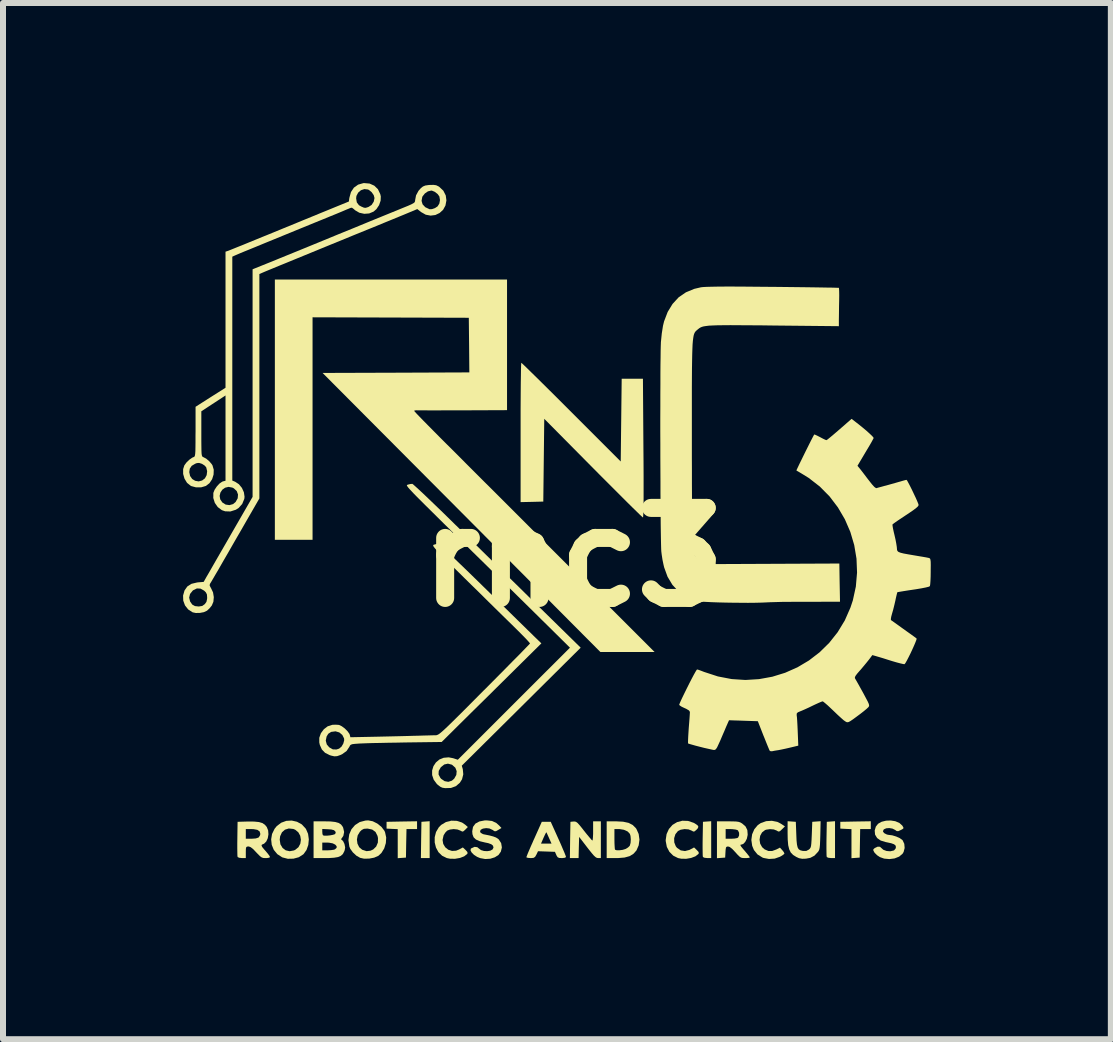
<source format=kicad_pcb>
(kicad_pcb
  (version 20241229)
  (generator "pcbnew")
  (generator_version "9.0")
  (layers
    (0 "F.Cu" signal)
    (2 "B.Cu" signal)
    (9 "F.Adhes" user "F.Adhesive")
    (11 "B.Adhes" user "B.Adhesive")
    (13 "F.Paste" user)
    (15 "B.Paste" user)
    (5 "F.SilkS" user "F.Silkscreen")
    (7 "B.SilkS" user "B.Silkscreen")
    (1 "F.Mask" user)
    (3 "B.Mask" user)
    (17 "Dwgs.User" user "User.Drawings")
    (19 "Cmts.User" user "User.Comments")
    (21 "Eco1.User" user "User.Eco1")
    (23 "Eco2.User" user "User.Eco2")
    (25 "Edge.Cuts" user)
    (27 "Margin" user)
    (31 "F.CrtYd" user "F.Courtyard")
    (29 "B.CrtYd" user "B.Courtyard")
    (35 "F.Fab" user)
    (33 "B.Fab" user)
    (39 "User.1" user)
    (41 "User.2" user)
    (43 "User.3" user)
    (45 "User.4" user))
  (footprint "rnc3"
    (layer "F.Cu")
    (at 6.509 6.233)
    (property "Reference" "rnc3" (at 0 0 0) (layer "F.SilkS") (effects (font (size 1.5 1.5) (thickness 0.3))))
    (attr board_only exclude_from_pos_files exclude_from_bom)
    (fp_poly (pts (xy -2.401 4.705) (xy -2.401 5.012) (xy -2.474 5.012) (xy -2.547 5.012) (xy -2.543 4.71) (xy -2.538 4.408) (xy -2.47 4.403) (xy -2.401 4.398)) (stroke (width 0) (type solid)) (fill yes) (layer "F.SilkS"))
    (fp_poly (pts (xy 2.289 4.705) (xy 2.289 5.012) (xy 2.224 5.012) (xy 2.178 5.007) (xy 2.152 4.995) (xy 2.151 4.992) (xy 2.148 4.969) (xy 2.147 4.921) (xy 2.146 4.851) (xy 2.146 4.766) (xy 2.147 4.689) (xy 2.152 4.408) (xy 2.22 4.403) (xy 2.289 4.398)) (stroke (width 0) (type solid)) (fill yes) (layer "F.SilkS"))
    (fp_poly (pts (xy 4.352 4.705) (xy 4.352 5.012) (xy 4.287 5.012) (xy 4.241 5.007) (xy 4.215 4.995) (xy 4.214 4.992) (xy 4.211 4.969) (xy 4.21 4.921) (xy 4.209 4.851) (xy 4.209 4.766) (xy 4.21 4.689) (xy 4.215 4.408) (xy 4.283 4.403) (xy 4.352 4.398)) (stroke (width 0) (type solid)) (fill yes) (layer "F.SilkS"))
    (fp_poly (pts (xy -2.611 4.464) (xy -2.611 4.529) (xy -2.699 4.529) (xy -2.787 4.529) (xy -2.792 4.767) (xy -2.796 5.004) (xy -2.865 5.009) (xy -2.933 5.014) (xy -2.933 4.772) (xy -2.933 4.53) (xy -3.026 4.526) (xy -3.119 4.521) (xy -3.119 4.464) (xy -3.119 4.408) (xy -2.865 4.403) (xy -2.611 4.399)) (stroke (width 0) (type solid)) (fill yes) (layer "F.SilkS"))
    (fp_poly (pts (xy 4.948 4.464) (xy 4.948 4.529) (xy 4.86 4.529) (xy 4.771 4.529) (xy 4.767 4.767) (xy 4.763 5.004) (xy 4.694 5.009) (xy 4.626 5.014) (xy 4.626 4.772) (xy 4.626 4.53) (xy 4.533 4.526) (xy 4.44 4.521) (xy 4.44 4.464) (xy 4.44 4.408) (xy 4.694 4.403) (xy 4.948 4.399)) (stroke (width 0) (type solid)) (fill yes) (layer "F.SilkS"))
    (fp_poly (pts (xy 0.451 4.706) (xy 0.451 5.012) (xy 0.406 5.012) (xy 0.385 5.009) (xy 0.362 4.996) (xy 0.334 4.97) (xy 0.297 4.927) (xy 0.246 4.863) (xy 0.225 4.836) (xy 0.089 4.659) (xy 0.084 4.836) (xy 0.08 5.012) (xy 0.007 5.012) (xy -0.065 5.012) (xy -0.061 4.71) (xy -0.056 4.408) (xy -0.005 4.403) (xy 0.018 4.403) (xy 0.038 4.409) (xy 0.062 4.426) (xy 0.092 4.459) (xy 0.134 4.51) (xy 0.172 4.559) (xy 0.221 4.62) (xy 0.263 4.67) (xy 0.294 4.706) (xy 0.31 4.721) (xy 0.31 4.721) (xy 0.315 4.707) (xy 0.319 4.667) (xy 0.322 4.608) (xy 0.322 4.561) (xy 0.322 4.4) (xy 0.387 4.4) (xy 0.451 4.4)) (stroke (width 0) (type solid)) (fill yes) (layer "F.SilkS"))
    (fp_poly (pts (xy 4.107 4.631) (xy 4.104 4.725) (xy 4.101 4.793) (xy 4.096 4.839) (xy 4.089 4.872) (xy 4.078 4.895) (xy 4.068 4.909) (xy 4.009 4.972) (xy 3.941 5.008) (xy 3.867 5.022) (xy 3.804 5.024) (xy 3.752 5.014) (xy 3.707 4.993) (xy 3.654 4.96) (xy 3.615 4.92) (xy 3.589 4.867) (xy 3.572 4.798) (xy 3.564 4.705) (xy 3.562 4.605) (xy 3.562 4.398) (xy 3.63 4.403) (xy 3.699 4.408) (xy 3.707 4.621) (xy 3.711 4.718) (xy 3.718 4.787) (xy 3.729 4.834) (xy 3.746 4.864) (xy 3.771 4.881) (xy 3.806 4.891) (xy 3.821 4.893) (xy 3.874 4.893) (xy 3.917 4.87) (xy 3.933 4.855) (xy 3.944 4.838) (xy 3.952 4.812) (xy 3.957 4.771) (xy 3.961 4.71) (xy 3.965 4.623) (xy 3.973 4.408) (xy 4.042 4.403) (xy 4.112 4.398)) (stroke (width 0) (type solid)) (fill yes) (layer "F.SilkS"))
    (fp_poly (pts (xy -1.948 4.392) (xy -1.862 4.42) (xy -1.809 4.456) (xy -1.765 4.495) (xy -1.807 4.538) (xy -1.837 4.565) (xy -1.857 4.571) (xy -1.882 4.559) (xy -1.888 4.555) (xy -1.937 4.536) (xy -2.001 4.529) (xy -2.064 4.537) (xy -2.109 4.555) (xy -2.141 4.588) (xy -2.169 4.633) (xy -2.17 4.637) (xy -2.186 4.71) (xy -2.175 4.776) (xy -2.142 4.832) (xy -2.091 4.873) (xy -2.029 4.893) (xy -1.96 4.889) (xy -1.911 4.869) (xy -1.848 4.835) (xy -1.802 4.878) (xy -1.774 4.909) (xy -1.769 4.93) (xy -1.777 4.945) (xy -1.826 4.983) (xy -1.896 5.01) (xy -1.978 5.024) (xy -2.06 5.023) (xy -2.115 5.012) (xy -2.194 4.973) (xy -2.255 4.913) (xy -2.296 4.837) (xy -2.317 4.752) (xy -2.317 4.664) (xy -2.295 4.578) (xy -2.249 4.5) (xy -2.21 4.46) (xy -2.13 4.412) (xy -2.04 4.389)) (stroke (width 0) (type solid)) (fill yes) (layer "F.SilkS"))
    (fp_poly (pts (xy 0.821 4.406) (xy 0.911 4.425) (xy 0.98 4.46) (xy 1.032 4.511) (xy 1.043 4.526) (xy 1.081 4.611) (xy 1.094 4.705) (xy 1.081 4.8) (xy 1.044 4.885) (xy 1.043 4.886) (xy 0.994 4.941) (xy 0.93 4.98) (xy 0.846 5.003) (xy 0.738 5.012) (xy 0.706 5.012) (xy 0.548 5.012) (xy 0.548 4.706) (xy 0.548 4.695) (xy 0.677 4.695) (xy 0.678 4.766) (xy 0.681 4.824) (xy 0.684 4.862) (xy 0.688 4.873) (xy 0.715 4.882) (xy 0.762 4.882) (xy 0.815 4.875) (xy 0.861 4.861) (xy 0.903 4.836) (xy 0.932 4.808) (xy 0.933 4.805) (xy 0.946 4.76) (xy 0.95 4.7) (xy 0.945 4.643) (xy 0.934 4.608) (xy 0.897 4.569) (xy 0.836 4.541) (xy 0.763 4.529) (xy 0.75 4.529) (xy 0.677 4.529) (xy 0.677 4.695) (xy 0.548 4.695) (xy 0.548 4.4) (xy 0.706 4.4)) (stroke (width 0) (type solid)) (fill yes) (layer "F.SilkS"))
    (fp_poly (pts (xy 1.902 4.393) (xy 1.998 4.425) (xy 2.018 4.436) (xy 2.061 4.465) (xy 2.076 4.491) (xy 2.063 4.52) (xy 2.04 4.544) (xy 2.011 4.568) (xy 1.99 4.57) (xy 1.964 4.555) (xy 1.911 4.534) (xy 1.845 4.529) (xy 1.78 4.54) (xy 1.735 4.562) (xy 1.693 4.614) (xy 1.672 4.681) (xy 1.674 4.751) (xy 1.699 4.815) (xy 1.72 4.842) (xy 1.782 4.884) (xy 1.853 4.895) (xy 1.927 4.876) (xy 1.94 4.869) (xy 2.004 4.835) (xy 2.049 4.878) (xy 2.078 4.909) (xy 2.083 4.93) (xy 2.075 4.945) (xy 2.026 4.983) (xy 1.955 5.01) (xy 1.874 5.024) (xy 1.792 5.023) (xy 1.737 5.012) (xy 1.657 4.972) (xy 1.593 4.908) (xy 1.55 4.826) (xy 1.532 4.731) (xy 1.531 4.713) (xy 1.546 4.612) (xy 1.585 4.527) (xy 1.645 4.459) (xy 1.721 4.413) (xy 1.808 4.39)) (stroke (width 0) (type solid)) (fill yes) (layer "F.SilkS"))
    (fp_poly (pts (xy 3.391 4.409) (xy 3.448 4.438) (xy 3.518 4.484) (xy 3.469 4.532) (xy 3.437 4.562) (xy 3.416 4.571) (xy 3.394 4.563) (xy 3.383 4.555) (xy 3.332 4.535) (xy 3.268 4.53) (xy 3.205 4.539) (xy 3.186 4.546) (xy 3.136 4.585) (xy 3.105 4.641) (xy 3.095 4.706) (xy 3.105 4.772) (xy 3.137 4.83) (xy 3.179 4.867) (xy 3.242 4.894) (xy 3.305 4.894) (xy 3.374 4.869) (xy 3.434 4.838) (xy 3.474 4.881) (xy 3.499 4.913) (xy 3.509 4.936) (xy 3.508 4.939) (xy 3.492 4.955) (xy 3.457 4.978) (xy 3.433 4.991) (xy 3.347 5.021) (xy 3.252 5.027) (xy 3.161 5.01) (xy 3.143 5.003) (xy 3.06 4.951) (xy 3.001 4.878) (xy 2.972 4.808) (xy 2.958 4.71) (xy 2.971 4.616) (xy 3.008 4.531) (xy 3.066 4.462) (xy 3.115 4.429) (xy 3.205 4.397) (xy 3.3 4.391)) (stroke (width 0) (type solid)) (fill yes) (layer "F.SilkS"))
    (fp_poly (pts (xy -4.611 4.407) (xy -4.531 4.451) (xy -4.468 4.519) (xy -4.462 4.527) (xy -4.427 4.608) (xy -4.414 4.7) (xy -4.423 4.793) (xy -4.453 4.878) (xy -4.502 4.946) (xy -4.508 4.951) (xy -4.581 4.998) (xy -4.67 5.022) (xy -4.764 5.024) (xy -4.854 5.001) (xy -4.86 4.998) (xy -4.94 4.946) (xy -4.998 4.875) (xy -5.032 4.792) (xy -5.041 4.706) (xy -4.899 4.706) (xy -4.887 4.784) (xy -4.851 4.844) (xy -4.799 4.883) (xy -4.734 4.898) (xy -4.663 4.885) (xy -4.641 4.875) (xy -4.587 4.831) (xy -4.556 4.773) (xy -4.546 4.707) (xy -4.557 4.641) (xy -4.589 4.583) (xy -4.641 4.54) (xy -4.672 4.527) (xy -4.748 4.519) (xy -4.812 4.539) (xy -4.862 4.583) (xy -4.892 4.648) (xy -4.899 4.706) (xy -5.041 4.706) (xy -5.042 4.702) (xy -5.027 4.611) (xy -4.985 4.525) (xy -4.948 4.479) (xy -4.874 4.423) (xy -4.789 4.392) (xy -4.699 4.387)) (stroke (width 0) (type solid)) (fill yes) (layer "F.SilkS"))
    (fp_poly (pts (xy -0.257 4.69) (xy -0.217 4.779) (xy -0.183 4.859) (xy -0.155 4.924) (xy -0.137 4.97) (xy -0.13 4.992) (xy -0.129 4.992) (xy -0.144 5.006) (xy -0.188 5.012) (xy -0.199 5.012) (xy -0.244 5.01) (xy -0.27 4.997) (xy -0.288 4.968) (xy -0.291 4.96) (xy -0.314 4.908) (xy -0.455 4.903) (xy -0.596 4.898) (xy -0.623 4.955) (xy -0.644 4.991) (xy -0.668 5.008) (xy -0.708 5.012) (xy -0.72 5.012) (xy -0.762 5.009) (xy -0.787 5.001) (xy -0.79 4.997) (xy -0.783 4.978) (xy -0.766 4.934) (xy -0.739 4.871) (xy -0.705 4.792) (xy -0.695 4.771) (xy -0.546 4.771) (xy -0.458 4.771) (xy -0.371 4.771) (xy -0.412 4.679) (xy -0.434 4.63) (xy -0.45 4.595) (xy -0.457 4.582) (xy -0.465 4.593) (xy -0.482 4.626) (xy -0.504 4.674) (xy -0.546 4.771) (xy -0.695 4.771) (xy -0.666 4.704) (xy -0.661 4.694) (xy -0.533 4.408) (xy -0.458 4.408) (xy -0.384 4.408)) (stroke (width 0) (type solid)) (fill yes) (layer "F.SilkS"))
    (fp_poly (pts (xy -3.349 4.399) (xy -3.273 4.437) (xy -3.205 4.492) (xy -3.155 4.557) (xy -3.144 4.582) (xy -3.125 4.67) (xy -3.131 4.762) (xy -3.158 4.851) (xy -3.204 4.926) (xy -3.256 4.975) (xy -3.325 5.005) (xy -3.409 5.021) (xy -3.495 5.022) (xy -3.559 5.008) (xy -3.622 4.972) (xy -3.68 4.918) (xy -3.724 4.857) (xy -3.739 4.821) (xy -3.754 4.715) (xy -3.753 4.703) (xy -3.613 4.703) (xy -3.604 4.772) (xy -3.575 4.831) (xy -3.525 4.873) (xy -3.523 4.874) (xy -3.452 4.897) (xy -3.386 4.889) (xy -3.341 4.868) (xy -3.292 4.82) (xy -3.264 4.754) (xy -3.262 4.679) (xy -3.27 4.642) (xy -3.303 4.577) (xy -3.358 4.537) (xy -3.433 4.521) (xy -3.446 4.521) (xy -3.497 4.525) (xy -3.533 4.544) (xy -3.563 4.573) (xy -3.6 4.634) (xy -3.613 4.703) (xy -3.753 4.703) (xy -3.741 4.617) (xy -3.704 4.532) (xy -3.644 4.462) (xy -3.566 4.412) (xy -3.471 4.387) (xy -3.425 4.384)) (stroke (width 0) (type solid)) (fill yes) (layer "F.SilkS"))
    (fp_poly (pts (xy -0.861 -3.228) (xy -0.827 -3.196) (xy -0.774 -3.145) (xy -0.704 -3.076) (xy -0.618 -2.992) (xy -0.518 -2.893) (xy -0.407 -2.783) (xy -0.286 -2.663) (xy -0.157 -2.534) (xy -0.04 -2.417) (xy 0.782 -1.595) (xy 0.79 -2.284) (xy 0.798 -2.974) (xy 0.975 -2.974) (xy 1.152 -2.974) (xy 1.16 -1.817) (xy 1.162 -1.563) (xy 1.163 -1.341) (xy 1.163 -1.149) (xy 1.163 -0.989) (xy 1.162 -0.861) (xy 1.16 -0.764) (xy 1.157 -0.699) (xy 1.154 -0.666) (xy 1.152 -0.662) (xy 1.139 -0.673) (xy 1.104 -0.705) (xy 1.051 -0.757) (xy 0.98 -0.826) (xy 0.894 -0.911) (xy 0.795 -1.01) (xy 0.684 -1.121) (xy 0.563 -1.242) (xy 0.434 -1.371) (xy 0.322 -1.484) (xy -0.492 -2.306) (xy -0.5 -1.616) (xy -0.508 -0.927) (xy -0.697 -0.922) (xy -0.886 -0.918) (xy -0.886 -2.079) (xy -0.886 -2.269) (xy -0.886 -2.449) (xy -0.885 -2.618) (xy -0.884 -2.771) (xy -0.883 -2.907) (xy -0.881 -3.024) (xy -0.88 -3.117) (xy -0.878 -3.186) (xy -0.876 -3.228) (xy -0.874 -3.239)) (stroke (width 0) (type solid)) (fill yes) (layer "F.SilkS"))
    (fp_poly (pts (xy -1.112 -3.538) (xy -1.112 -2.45) (xy -1.849 -2.447) (xy -2.002 -2.447) (xy -2.145 -2.447) (xy -2.276 -2.446) (xy -2.391 -2.446) (xy -2.486 -2.447) (xy -2.559 -2.447) (xy -2.606 -2.447) (xy -2.623 -2.448) (xy -2.651 -2.445) (xy -2.659 -2.438) (xy -2.648 -2.424) (xy -2.617 -2.39) (xy -2.567 -2.338) (xy -2.502 -2.271) (xy -2.423 -2.191) (xy -2.333 -2.1) (xy -2.235 -2.001) (xy -2.188 -1.954) (xy -2.117 -1.883) (xy -2.025 -1.792) (xy -1.914 -1.681) (xy -1.787 -1.553) (xy -1.644 -1.41) (xy -1.488 -1.254) (xy -1.32 -1.087) (xy -1.143 -0.91) (xy -0.959 -0.726) (xy -0.769 -0.536) (xy -0.576 -0.342) (xy -0.38 -0.147) (xy -0.185 0.048) (xy 1.346 1.579) (xy 0.894 1.579) (xy 0.443 1.579) (xy -1.871 -0.746) (xy -4.185 -3.07) (xy -2.963 -3.074) (xy -1.74 -3.079) (xy -1.744 -3.534) (xy -1.749 -3.989) (xy -3.05 -3.993) (xy -4.352 -3.997) (xy -4.352 -2.144) (xy -4.352 -0.29) (xy -4.666 -0.29) (xy -4.98 -0.29) (xy -4.98 -2.458) (xy -4.98 -4.626) (xy -3.046 -4.626) (xy -1.112 -4.626)) (stroke (width 0) (type solid)) (fill yes) (layer "F.SilkS"))
    (fp_poly (pts (xy -1.362 4.394) (xy -1.29 4.428) (xy -1.243 4.47) (xy -1.205 4.511) (xy -1.258 4.543) (xy -1.293 4.563) (xy -1.316 4.566) (xy -1.339 4.553) (xy -1.351 4.544) (xy -1.405 4.519) (xy -1.459 4.513) (xy -1.514 4.521) (xy -1.55 4.54) (xy -1.562 4.566) (xy -1.551 4.592) (xy -1.513 4.613) (xy -1.496 4.617) (xy -1.406 4.635) (xy -1.342 4.652) (xy -1.297 4.669) (xy -1.266 4.688) (xy -1.25 4.701) (xy -1.21 4.763) (xy -1.198 4.835) (xy -1.215 4.905) (xy -1.254 4.96) (xy -1.315 4.999) (xy -1.391 5.023) (xy -1.475 5.028) (xy -1.559 5.013) (xy -1.61 4.992) (xy -1.663 4.958) (xy -1.701 4.92) (xy -1.72 4.885) (xy -1.716 4.857) (xy -1.708 4.85) (xy -1.652 4.825) (xy -1.607 4.831) (xy -1.583 4.851) (xy -1.546 4.879) (xy -1.496 4.894) (xy -1.441 4.897) (xy -1.391 4.889) (xy -1.354 4.869) (xy -1.338 4.839) (xy -1.338 4.836) (xy -1.346 4.805) (xy -1.374 4.782) (xy -1.426 4.763) (xy -1.476 4.753) (xy -1.567 4.731) (xy -1.63 4.703) (xy -1.669 4.666) (xy -1.688 4.615) (xy -1.692 4.566) (xy -1.679 4.493) (xy -1.639 4.438) (xy -1.573 4.402) (xy -1.485 4.385) (xy -1.45 4.384)) (stroke (width 0) (type solid)) (fill yes) (layer "F.SilkS"))
    (fp_poly (pts (xy 2.65 4.401) (xy 2.707 4.403) (xy 2.747 4.409) (xy 2.776 4.419) (xy 2.803 4.435) (xy 2.806 4.437) (xy 2.862 4.486) (xy 2.891 4.545) (xy 2.897 4.62) (xy 2.896 4.63) (xy 2.883 4.69) (xy 2.856 4.742) (xy 2.823 4.777) (xy 2.793 4.787) (xy 2.778 4.789) (xy 2.776 4.799) (xy 2.789 4.822) (xy 2.82 4.86) (xy 2.853 4.898) (xy 2.891 4.944) (xy 2.92 4.98) (xy 2.933 5) (xy 2.933 5.001) (xy 2.919 5.008) (xy 2.882 5.012) (xy 2.855 5.012) (xy 2.815 5.011) (xy 2.785 5.004) (xy 2.758 4.985) (xy 2.724 4.951) (xy 2.693 4.916) (xy 2.639 4.859) (xy 2.598 4.827) (xy 2.57 4.819) (xy 2.549 4.822) (xy 2.536 4.835) (xy 2.53 4.867) (xy 2.527 4.912) (xy 2.522 5.004) (xy 2.454 5.009) (xy 2.385 5.014) (xy 2.385 4.707) (xy 2.385 4.609) (xy 2.53 4.609) (xy 2.53 4.69) (xy 2.624 4.69) (xy 2.678 4.687) (xy 2.72 4.679) (xy 2.737 4.671) (xy 2.754 4.635) (xy 2.754 4.591) (xy 2.737 4.555) (xy 2.725 4.545) (xy 2.691 4.536) (xy 2.639 4.53) (xy 2.612 4.529) (xy 2.53 4.529) (xy 2.53 4.609) (xy 2.385 4.609) (xy 2.385 4.4) (xy 2.568 4.4)) (stroke (width 0) (type solid)) (fill yes) (layer "F.SilkS"))
    (fp_poly (pts (xy -4.052 4.402) (xy -3.973 4.411) (xy -3.917 4.427) (xy -3.878 4.452) (xy -3.851 4.488) (xy -3.842 4.506) (xy -3.826 4.578) (xy -3.839 4.642) (xy -3.862 4.676) (xy -3.877 4.697) (xy -3.868 4.708) (xy -3.862 4.711) (xy -3.842 4.732) (xy -3.823 4.771) (xy -3.819 4.783) (xy -3.809 4.834) (xy -3.816 4.879) (xy -3.826 4.905) (xy -3.848 4.946) (xy -3.881 4.975) (xy -3.927 4.995) (xy -3.993 5.006) (xy -4.083 5.012) (xy -4.15 5.012) (xy -4.335 5.012) (xy -4.335 4.819) (xy -4.19 4.819) (xy -4.19 4.883) (xy -4.101 4.883) (xy -4.045 4.88) (xy -3.998 4.873) (xy -3.98 4.867) (xy -3.951 4.841) (xy -3.951 4.814) (xy -3.974 4.788) (xy -4.016 4.767) (xy -4.075 4.756) (xy -4.105 4.754) (xy -4.19 4.754) (xy -4.19 4.819) (xy -4.335 4.819) (xy -4.335 4.706) (xy -4.335 4.574) (xy -4.19 4.574) (xy -4.187 4.612) (xy -4.178 4.633) (xy -4.155 4.639) (xy -4.112 4.639) (xy -4.061 4.634) (xy -4.013 4.625) (xy -3.98 4.614) (xy -3.975 4.61) (xy -3.966 4.585) (xy -3.975 4.565) (xy -3.997 4.547) (xy -4.039 4.536) (xy -4.091 4.532) (xy -4.19 4.527) (xy -4.19 4.574) (xy -4.335 4.574) (xy -4.335 4.4) (xy -4.158 4.4)) (stroke (width 0) (type solid)) (fill yes) (layer "F.SilkS"))
    (fp_poly (pts (xy -5.323 4.404) (xy -5.245 4.412) (xy -5.187 4.429) (xy -5.145 4.458) (xy -5.115 4.494) (xy -5.092 4.551) (xy -5.087 4.616) (xy -5.098 4.681) (xy -5.123 4.736) (xy -5.16 4.773) (xy -5.175 4.779) (xy -5.197 4.789) (xy -5.202 4.804) (xy -5.19 4.829) (xy -5.158 4.868) (xy -5.133 4.896) (xy -5.096 4.94) (xy -5.07 4.975) (xy -5.061 4.995) (xy -5.075 5.006) (xy -5.113 5.012) (xy -5.132 5.012) (xy -5.169 5.011) (xy -5.198 5.002) (xy -5.227 4.981) (xy -5.264 4.944) (xy -5.291 4.916) (xy -5.342 4.862) (xy -5.382 4.831) (xy -5.413 4.819) (xy -5.421 4.819) (xy -5.444 4.821) (xy -5.457 4.831) (xy -5.463 4.858) (xy -5.464 4.908) (xy -5.464 4.916) (xy -5.464 5.012) (xy -5.529 5.012) (xy -5.574 5.007) (xy -5.6 4.995) (xy -5.601 4.992) (xy -5.604 4.969) (xy -5.605 4.921) (xy -5.606 4.851) (xy -5.606 4.766) (xy -5.605 4.689) (xy -5.604 4.609) (xy -5.464 4.609) (xy -5.464 4.69) (xy -5.368 4.69) (xy -5.298 4.685) (xy -5.255 4.671) (xy -5.247 4.665) (xy -5.226 4.631) (xy -5.222 4.609) (xy -5.234 4.568) (xy -5.271 4.542) (xy -5.335 4.53) (xy -5.368 4.529) (xy -5.464 4.529) (xy -5.464 4.609) (xy -5.604 4.609) (xy -5.601 4.408) (xy -5.427 4.403)) (stroke (width 0) (type solid)) (fill yes) (layer "F.SilkS"))
    (fp_poly (pts (xy 5.356 4.398) (xy 5.423 4.426) (xy 5.472 4.47) (xy 5.475 4.475) (xy 5.491 4.502) (xy 5.491 4.518) (xy 5.471 4.533) (xy 5.439 4.549) (xy 5.404 4.564) (xy 5.379 4.562) (xy 5.353 4.543) (xy 5.309 4.521) (xy 5.256 4.512) (xy 5.205 4.516) (xy 5.167 4.533) (xy 5.158 4.544) (xy 5.151 4.571) (xy 5.169 4.594) (xy 5.177 4.6) (xy 5.217 4.62) (xy 5.247 4.626) (xy 5.305 4.633) (xy 5.371 4.653) (xy 5.431 4.68) (xy 5.473 4.71) (xy 5.479 4.717) (xy 5.506 4.775) (xy 5.512 4.844) (xy 5.495 4.91) (xy 5.477 4.94) (xy 5.42 4.988) (xy 5.344 5.018) (xy 5.258 5.029) (xy 5.17 5.021) (xy 5.1 4.996) (xy 5.053 4.965) (xy 5.015 4.927) (xy 5.007 4.917) (xy 4.99 4.884) (xy 4.991 4.865) (xy 5.012 4.847) (xy 5.016 4.844) (xy 5.063 4.822) (xy 5.101 4.824) (xy 5.12 4.841) (xy 5.157 4.874) (xy 5.211 4.894) (xy 5.273 4.899) (xy 5.329 4.886) (xy 5.336 4.883) (xy 5.361 4.854) (xy 5.367 4.828) (xy 5.36 4.802) (xy 5.335 4.782) (xy 5.288 4.765) (xy 5.214 4.749) (xy 5.198 4.746) (xy 5.113 4.72) (xy 5.053 4.678) (xy 5.019 4.621) (xy 5.013 4.553) (xy 5.032 4.488) (xy 5.07 4.44) (xy 5.129 4.407) (xy 5.202 4.389) (xy 5.28 4.386)) (stroke (width 0) (type solid)) (fill yes) (layer "F.SilkS"))
    (fp_poly (pts (xy -2.673 -1.21) (xy -2.636 -1.177) (xy -2.58 -1.126) (xy -2.507 -1.058) (xy -2.42 -0.975) (xy -2.32 -0.879) (xy -2.209 -0.772) (xy -2.09 -0.656) (xy -1.965 -0.533) (xy -1.955 -0.524) (xy -1.801 -0.372) (xy -1.63 -0.205) (xy -1.449 -0.027) (xy -1.262 0.156) (xy -1.076 0.339) (xy -0.896 0.515) (xy -0.728 0.681) (xy -0.577 0.829) (xy -0.567 0.838) (xy 0.115 1.507) (xy -0.875 2.49) (xy -1.866 3.473) (xy -1.849 3.531) (xy -1.841 3.617) (xy -1.862 3.7) (xy -1.898 3.757) (xy -1.964 3.814) (xy -2.046 3.844) (xy -2.143 3.847) (xy -2.189 3.84) (xy -2.222 3.825) (xy -2.263 3.794) (xy -2.281 3.778) (xy -2.334 3.706) (xy -2.36 3.629) (xy -2.36 3.619) (xy -2.253 3.619) (xy -2.223 3.676) (xy -2.209 3.692) (xy -2.151 3.731) (xy -2.09 3.742) (xy -2.031 3.723) (xy -1.992 3.689) (xy -1.957 3.627) (xy -1.951 3.564) (xy -1.973 3.507) (xy -2.023 3.462) (xy -2.032 3.456) (xy -2.097 3.439) (xy -2.158 3.453) (xy -2.214 3.498) (xy -2.216 3.5) (xy -2.25 3.56) (xy -2.253 3.619) (xy -2.36 3.619) (xy -2.36 3.553) (xy -2.338 3.481) (xy -2.297 3.419) (xy -2.239 3.37) (xy -2.167 3.341) (xy -2.084 3.334) (xy -2.011 3.348) (xy -1.932 3.374) (xy -0.998 2.44) (xy -0.064 1.507) (xy -0.439 1.136) (xy -0.543 1.034) (xy -0.663 0.915) (xy -0.795 0.785) (xy -0.932 0.65) (xy -1.068 0.516) (xy -1.197 0.39) (xy -1.274 0.314) (xy -1.493 0.099) (xy -1.69 -0.094) (xy -1.866 -0.268) (xy -2.023 -0.422) (xy -2.162 -0.558) (xy -2.282 -0.677) (xy -2.387 -0.781) (xy -2.476 -0.869) (xy -2.552 -0.945) (xy -2.614 -1.007) (xy -2.665 -1.059) (xy -2.704 -1.101) (xy -2.734 -1.133) (xy -2.756 -1.158) (xy -2.77 -1.177) (xy -2.778 -1.189) (xy -2.781 -1.197) (xy -2.779 -1.203) (xy -2.775 -1.205) (xy -2.769 -1.207) (xy -2.762 -1.21) (xy -2.762 -1.21) (xy -2.72 -1.22) (xy -2.689 -1.222)) (stroke (width 0) (type solid)) (fill yes) (layer "F.SilkS"))
    (fp_poly (pts (xy 2.848 -4.508) (xy 3.056 -4.506) (xy 3.295 -4.504) (xy 3.32 -4.504) (xy 3.504 -4.502) (xy 3.679 -4.5) (xy 3.842 -4.498) (xy 3.989 -4.496) (xy 4.119 -4.494) (xy 4.229 -4.492) (xy 4.316 -4.491) (xy 4.378 -4.489) (xy 4.411 -4.488) (xy 4.416 -4.488) (xy 4.419 -4.471) (xy 4.421 -4.428) (xy 4.422 -4.365) (xy 4.421 -4.289) (xy 4.421 -4.276) (xy 4.419 -4.185) (xy 4.418 -4.094) (xy 4.417 -4.014) (xy 4.416 -3.959) (xy 4.416 -3.849) (xy 3.332 -3.86) (xy 3.109 -3.863) (xy 2.916 -3.864) (xy 2.751 -3.865) (xy 2.61 -3.866) (xy 2.493 -3.865) (xy 2.396 -3.864) (xy 2.317 -3.861) (xy 2.254 -3.858) (xy 2.205 -3.852) (xy 2.166 -3.846) (xy 2.136 -3.838) (xy 2.112 -3.828) (xy 2.092 -3.816) (xy 2.074 -3.802) (xy 2.064 -3.794) (xy 2.049 -3.781) (xy 2.035 -3.769) (xy 2.024 -3.756) (xy 2.013 -3.739) (xy 2.004 -3.718) (xy 1.996 -3.689) (xy 1.99 -3.652) (xy 1.984 -3.605) (xy 1.979 -3.545) (xy 1.976 -3.471) (xy 1.973 -3.381) (xy 1.971 -3.273) (xy 1.969 -3.146) (xy 1.968 -2.997) (xy 1.967 -2.825) (xy 1.967 -2.628) (xy 1.967 -2.404) (xy 1.967 -2.152) (xy 1.967 -1.895) (xy 1.967 -1.663) (xy 1.968 -1.439) (xy 1.968 -1.225) (xy 1.969 -1.024) (xy 1.97 -0.837) (xy 1.971 -0.668) (xy 1.973 -0.518) (xy 1.974 -0.389) (xy 1.976 -0.284) (xy 1.977 -0.205) (xy 1.979 -0.154) (xy 1.98 -0.135) (xy 2.012 -0.039) (xy 2.065 0.033) (xy 2.128 0.078) (xy 2.2 0.115) (xy 3.312 0.11) (xy 4.424 0.105) (xy 4.429 0.423) (xy 4.435 0.741) (xy 4.139 0.742) (xy 4.019 0.743) (xy 3.886 0.743) (xy 3.754 0.743) (xy 3.634 0.743) (xy 3.586 0.744) (xy 3.481 0.744) (xy 3.37 0.747) (xy 3.266 0.75) (xy 3.179 0.754) (xy 3.159 0.755) (xy 3.097 0.757) (xy 3.009 0.759) (xy 2.901 0.76) (xy 2.78 0.759) (xy 2.652 0.758) (xy 2.53 0.756) (xy 2.409 0.753) (xy 2.297 0.749) (xy 2.198 0.744) (xy 2.116 0.74) (xy 2.057 0.735) (xy 2.025 0.73) (xy 2.023 0.729) (xy 1.873 0.662) (xy 1.746 0.572) (xy 1.643 0.46) (xy 1.562 0.325) (xy 1.505 0.168) (xy 1.494 0.121) (xy 1.478 0.044) (xy 1.465 -0.04) (xy 1.458 -0.097) (xy 1.456 -0.134) (xy 1.454 -0.201) (xy 1.452 -0.295) (xy 1.45 -0.412) (xy 1.448 -0.551) (xy 1.447 -0.709) (xy 1.446 -0.882) (xy 1.444 -1.069) (xy 1.444 -1.265) (xy 1.443 -1.47) (xy 1.442 -1.679) (xy 1.442 -1.89) (xy 1.441 -2.101) (xy 1.441 -2.308) (xy 1.442 -2.509) (xy 1.442 -2.702) (xy 1.443 -2.882) (xy 1.443 -3.049) (xy 1.444 -3.198) (xy 1.446 -3.328) (xy 1.447 -3.435) (xy 1.449 -3.517) (xy 1.451 -3.571) (xy 1.451 -3.58) (xy 1.466 -3.728) (xy 1.486 -3.855) (xy 1.504 -3.929) (xy 1.564 -4.086) (xy 1.645 -4.219) (xy 1.746 -4.329) (xy 1.868 -4.413) (xy 2.008 -4.471) (xy 2.119 -4.497) (xy 2.156 -4.501) (xy 2.212 -4.504) (xy 2.29 -4.506) (xy 2.391 -4.508) (xy 2.517 -4.509) (xy 2.669 -4.509)) (stroke (width 0) (type solid)) (fill yes) (layer "F.SilkS"))
    (fp_poly (pts (xy -2.238 -0.21) (xy -2.201 -0.178) (xy -2.145 -0.127) (xy -2.072 -0.058) (xy -1.985 0.025) (xy -1.885 0.121) (xy -1.774 0.228) (xy -1.655 0.344) (xy -1.529 0.467) (xy -1.512 0.484) (xy -1.381 0.612) (xy -1.254 0.736) (xy -1.133 0.855) (xy -1.021 0.965) (xy -0.919 1.065) (xy -0.83 1.152) (xy -0.757 1.224) (xy -0.702 1.277) (xy -0.669 1.31) (xy -0.54 1.435) (xy -1.297 2.184) (xy -1.429 2.315) (xy -1.556 2.44) (xy -1.676 2.558) (xy -1.786 2.667) (xy -1.885 2.765) (xy -1.97 2.849) (xy -2.039 2.918) (xy -2.091 2.969) (xy -2.122 3) (xy -2.128 3.006) (xy -2.201 3.078) (xy -2.813 3.086) (xy -2.957 3.089) (xy -3.098 3.091) (xy -3.23 3.094) (xy -3.348 3.096) (xy -3.448 3.099) (xy -3.524 3.102) (xy -3.573 3.104) (xy -3.642 3.109) (xy -3.687 3.114) (xy -3.713 3.123) (xy -3.728 3.136) (xy -3.738 3.157) (xy -3.739 3.159) (xy -3.785 3.228) (xy -3.858 3.281) (xy -3.888 3.295) (xy -3.942 3.314) (xy -3.989 3.317) (xy -4.042 3.305) (xy -4.067 3.297) (xy -4.144 3.258) (xy -4.197 3.203) (xy -4.231 3.127) (xy -4.24 3.086) (xy -4.24 3.056) (xy -4.132 3.056) (xy -4.115 3.119) (xy -4.074 3.167) (xy -4.015 3.201) (xy -3.953 3.203) (xy -3.91 3.189) (xy -3.87 3.156) (xy -3.84 3.105) (xy -3.825 3.05) (xy -3.827 3.019) (xy -3.856 2.961) (xy -3.906 2.919) (xy -3.967 2.901) (xy -3.973 2.901) (xy -4.042 2.91) (xy -4.09 2.941) (xy -4.118 2.987) (xy -4.132 3.056) (xy -4.24 3.056) (xy -4.24 3.008) (xy -4.213 2.932) (xy -4.164 2.866) (xy -4.1 2.817) (xy -4.025 2.793) (xy -4.023 2.792) (xy -3.968 2.79) (xy -3.92 2.793) (xy -3.909 2.795) (xy -3.865 2.816) (xy -3.815 2.853) (xy -3.77 2.898) (xy -3.739 2.941) (xy -3.732 2.958) (xy -3.722 2.999) (xy -3.275 2.99) (xy -3.143 2.987) (xy -3.009 2.984) (xy -2.879 2.981) (xy -2.76 2.978) (xy -2.661 2.975) (xy -2.603 2.974) (xy -2.514 2.971) (xy -2.431 2.969) (xy -2.362 2.967) (xy -2.316 2.966) (xy -2.31 2.966) (xy -2.296 2.966) (xy -2.283 2.964) (xy -2.268 2.958) (xy -2.249 2.948) (xy -2.226 2.931) (xy -2.196 2.906) (xy -2.157 2.871) (xy -2.108 2.825) (xy -2.046 2.765) (xy -1.971 2.691) (xy -1.88 2.601) (xy -1.772 2.493) (xy -1.645 2.365) (xy -1.497 2.216) (xy -1.488 2.208) (xy -1.359 2.078) (xy -1.237 1.955) (xy -1.123 1.84) (xy -1.021 1.736) (xy -0.93 1.645) (xy -0.854 1.567) (xy -0.795 1.506) (xy -0.753 1.463) (xy -0.732 1.44) (xy -0.729 1.437) (xy -0.739 1.423) (xy -0.769 1.389) (xy -0.816 1.339) (xy -0.878 1.276) (xy -0.951 1.203) (xy -1.033 1.122) (xy -1.035 1.12) (xy -1.117 1.04) (xy -1.217 0.942) (xy -1.331 0.83) (xy -1.454 0.709) (xy -1.581 0.583) (xy -1.709 0.458) (xy -1.832 0.337) (xy -1.858 0.311) (xy -1.98 0.191) (xy -2.08 0.092) (xy -2.161 0.011) (xy -2.225 -0.053) (xy -2.273 -0.103) (xy -2.306 -0.14) (xy -2.328 -0.167) (xy -2.34 -0.185) (xy -2.343 -0.197) (xy -2.339 -0.204) (xy -2.331 -0.209) (xy -2.326 -0.21) (xy -2.284 -0.221) (xy -2.254 -0.222)) (stroke (width 0) (type solid)) (fill yes) (layer "F.SilkS"))
    (fp_poly (pts (xy -2.293 -6.197) (xy -2.257 -6.18) (xy -2.241 -6.17) (xy -2.173 -6.106) (xy -2.133 -6.027) (xy -2.122 -5.945) (xy -2.138 -5.859) (xy -2.177 -5.788) (xy -2.235 -5.735) (xy -2.306 -5.701) (xy -2.385 -5.691) (xy -2.466 -5.706) (xy -2.542 -5.749) (xy -2.545 -5.751) (xy -2.607 -5.8) (xy -2.774 -5.73) (xy -2.834 -5.705) (xy -2.917 -5.671) (xy -3.019 -5.629) (xy -3.134 -5.582) (xy -3.255 -5.532) (xy -3.377 -5.482) (xy -3.385 -5.479) (xy -3.536 -5.418) (xy -3.695 -5.353) (xy -3.86 -5.285) (xy -4.027 -5.217) (xy -4.193 -5.149) (xy -4.356 -5.082) (xy -4.512 -5.018) (xy -4.658 -4.958) (xy -4.792 -4.903) (xy -4.91 -4.855) (xy -5.009 -4.814) (xy -5.087 -4.782) (xy -5.14 -4.76) (xy -5.161 -4.751) (xy -5.238 -4.718) (xy -5.238 -2.849) (xy -5.238 -0.979) (xy -5.467 -0.582) (xy -5.538 -0.458) (xy -5.616 -0.324) (xy -5.694 -0.188) (xy -5.769 -0.057) (xy -5.836 0.058) (xy -5.872 0.121) (xy -5.924 0.212) (xy -5.972 0.293) (xy -6.012 0.362) (xy -6.042 0.413) (xy -6.06 0.442) (xy -6.063 0.447) (xy -6.066 0.473) (xy -6.044 0.515) (xy -6.042 0.518) (xy -6.01 0.586) (xy -5.997 0.665) (xy -6.004 0.742) (xy -6.03 0.804) (xy -6.066 0.849) (xy -6.106 0.887) (xy -6.111 0.891) (xy -6.162 0.915) (xy -6.23 0.928) (xy -6.298 0.929) (xy -6.35 0.918) (xy -6.424 0.87) (xy -6.477 0.803) (xy -6.506 0.724) (xy -6.508 0.673) (xy -6.408 0.673) (xy -6.392 0.737) (xy -6.391 0.739) (xy -6.356 0.789) (xy -6.311 0.814) (xy -6.249 0.821) (xy -6.19 0.812) (xy -6.148 0.782) (xy -6.12 0.744) (xy -6.109 0.694) (xy -6.108 0.671) (xy -6.112 0.62) (xy -6.129 0.586) (xy -6.158 0.557) (xy -6.219 0.523) (xy -6.279 0.52) (xy -6.34 0.55) (xy -6.348 0.556) (xy -6.393 0.612) (xy -6.408 0.673) (xy -6.508 0.673) (xy -6.509 0.638) (xy -6.485 0.554) (xy -6.438 0.487) (xy -6.369 0.443) (xy -6.277 0.421) (xy -6.262 0.419) (xy -6.166 0.411) (xy -6.116 0.322) (xy -6.097 0.29) (xy -6.064 0.233) (xy -6.019 0.154) (xy -5.964 0.058) (xy -5.9 -0.053) (xy -5.83 -0.174) (xy -5.755 -0.304) (xy -5.708 -0.386) (xy -5.351 -1.005) (xy -5.351 -2.901) (xy -5.351 -4.797) (xy -5.105 -4.896) (xy -5.025 -4.928) (xy -4.923 -4.97) (xy -4.803 -5.019) (xy -4.673 -5.072) (xy -4.538 -5.127) (xy -4.406 -5.181) (xy -4.384 -5.19) (xy -4.16 -5.282) (xy -3.915 -5.383) (xy -3.659 -5.487) (xy -3.402 -5.593) (xy -3.152 -5.695) (xy -2.919 -5.79) (xy -2.841 -5.822) (xy -2.76 -5.855) (xy -2.706 -5.879) (xy -2.671 -5.898) (xy -2.652 -5.913) (xy -2.645 -5.93) (xy -2.644 -5.937) (xy -2.536 -5.937) (xy -2.519 -5.879) (xy -2.474 -5.831) (xy -2.404 -5.798) (xy -2.401 -5.797) (xy -2.362 -5.799) (xy -2.313 -5.816) (xy -2.269 -5.845) (xy -2.24 -5.891) (xy -2.229 -5.95) (xy -2.239 -6.008) (xy -2.239 -6.01) (xy -2.269 -6.051) (xy -2.315 -6.087) (xy -2.363 -6.107) (xy -2.376 -6.108) (xy -2.43 -6.095) (xy -2.481 -6.06) (xy -2.519 -6.012) (xy -2.524 -6.002) (xy -2.536 -5.937) (xy -2.644 -5.937) (xy -2.643 -5.949) (xy -2.643 -5.949) (xy -2.628 -6.028) (xy -2.587 -6.104) (xy -2.548 -6.148) (xy -2.513 -6.176) (xy -2.475 -6.192) (xy -2.422 -6.2) (xy -2.397 -6.202) (xy -2.336 -6.203)) (stroke (width 0) (type solid)) (fill yes) (layer "F.SilkS"))
    (fp_poly (pts (xy -3.402 -6.225) (xy -3.324 -6.19) (xy -3.263 -6.131) (xy -3.224 -6.049) (xy -3.215 -6.011) (xy -3.218 -5.94) (xy -3.244 -5.865) (xy -3.288 -5.799) (xy -3.335 -5.758) (xy -3.409 -5.727) (xy -3.491 -5.721) (xy -3.573 -5.739) (xy -3.643 -5.78) (xy -3.665 -5.8) (xy -3.696 -5.823) (xy -3.721 -5.819) (xy -3.741 -5.81) (xy -3.788 -5.791) (xy -3.858 -5.761) (xy -3.947 -5.724) (xy -4.053 -5.681) (xy -4.172 -5.632) (xy -4.3 -5.58) (xy -4.327 -5.569) (xy -4.574 -5.468) (xy -4.791 -5.379) (xy -4.981 -5.301) (xy -5.145 -5.234) (xy -5.283 -5.177) (xy -5.398 -5.13) (xy -5.489 -5.093) (xy -5.559 -5.064) (xy -5.608 -5.043) (xy -5.638 -5.03) (xy -5.645 -5.027) (xy -5.689 -5.007) (xy -5.689 -3.142) (xy -5.689 -1.277) (xy -5.641 -1.257) (xy -5.579 -1.216) (xy -5.529 -1.155) (xy -5.496 -1.082) (xy -5.485 -1.007) (xy -5.489 -0.972) (xy -5.524 -0.887) (xy -5.583 -0.821) (xy -5.63 -0.791) (xy -5.721 -0.762) (xy -5.808 -0.765) (xy -5.863 -0.784) (xy -5.931 -0.835) (xy -5.98 -0.905) (xy -6.006 -0.987) (xy -6.005 -1.022) (xy -5.9 -1.022) (xy -5.89 -0.964) (xy -5.856 -0.913) (xy -5.8 -0.877) (xy -5.737 -0.868) (xy -5.676 -0.885) (xy -5.634 -0.92) (xy -5.599 -0.982) (xy -5.594 -1.045) (xy -5.615 -1.102) (xy -5.663 -1.147) (xy -5.688 -1.16) (xy -5.752 -1.172) (xy -5.809 -1.158) (xy -5.855 -1.125) (xy -5.887 -1.077) (xy -5.9 -1.022) (xy -6.005 -1.022) (xy -6.005 -1.071) (xy -5.984 -1.124) (xy -5.947 -1.179) (xy -5.902 -1.228) (xy -5.856 -1.259) (xy -5.842 -1.264) (xy -5.802 -1.274) (xy -5.802 -1.985) (xy -5.802 -2.695) (xy -5.838 -2.671) (xy -5.866 -2.653) (xy -5.913 -2.622) (xy -5.974 -2.582) (xy -6.04 -2.539) (xy -6.205 -2.431) (xy -6.205 -2.055) (xy -6.205 -1.935) (xy -6.204 -1.844) (xy -6.203 -1.777) (xy -6.201 -1.73) (xy -6.197 -1.7) (xy -6.191 -1.682) (xy -6.183 -1.673) (xy -6.173 -1.668) (xy -6.173 -1.668) (xy -6.125 -1.643) (xy -6.074 -1.6) (xy -6.032 -1.551) (xy -6.019 -1.53) (xy -5.998 -1.457) (xy -6.001 -1.377) (xy -6.025 -1.3) (xy -6.069 -1.234) (xy -6.128 -1.188) (xy -6.13 -1.187) (xy -6.209 -1.164) (xy -6.294 -1.164) (xy -6.372 -1.185) (xy -6.382 -1.19) (xy -6.443 -1.239) (xy -6.485 -1.308) (xy -6.508 -1.387) (xy -6.508 -1.418) (xy -6.406 -1.418) (xy -6.392 -1.353) (xy -6.357 -1.303) (xy -6.307 -1.273) (xy -6.25 -1.263) (xy -6.192 -1.278) (xy -6.145 -1.314) (xy -6.116 -1.368) (xy -6.108 -1.433) (xy -6.123 -1.495) (xy -6.126 -1.501) (xy -6.152 -1.529) (xy -6.193 -1.555) (xy -6.198 -1.557) (xy -6.242 -1.571) (xy -6.279 -1.568) (xy -6.306 -1.558) (xy -6.365 -1.523) (xy -6.397 -1.476) (xy -6.406 -1.418) (xy -6.508 -1.418) (xy -6.508 -1.468) (xy -6.488 -1.53) (xy -6.453 -1.578) (xy -6.404 -1.625) (xy -6.354 -1.66) (xy -6.334 -1.668) (xy -6.324 -1.672) (xy -6.317 -1.681) (xy -6.311 -1.697) (xy -6.307 -1.725) (xy -6.304 -1.768) (xy -6.303 -1.831) (xy -6.302 -1.916) (xy -6.302 -2.029) (xy -6.301 -2.092) (xy -6.301 -2.506) (xy -6.052 -2.665) (xy -5.802 -2.823) (xy -5.802 -3.956) (xy -5.802 -5.09) (xy -5.754 -5.106) (xy -5.729 -5.116) (xy -5.677 -5.137) (xy -5.603 -5.167) (xy -5.51 -5.204) (xy -5.401 -5.249) (xy -5.281 -5.298) (xy -5.152 -5.351) (xy -5.138 -5.356) (xy -4.987 -5.418) (xy -4.826 -5.484) (xy -4.662 -5.551) (xy -4.502 -5.617) (xy -4.353 -5.678) (xy -4.222 -5.732) (xy -4.158 -5.758) (xy -3.747 -5.926) (xy -3.74 -5.979) (xy -3.626 -5.979) (xy -3.615 -5.912) (xy -3.579 -5.864) (xy -3.54 -5.842) (xy -3.501 -5.825) (xy -3.475 -5.82) (xy -3.447 -5.826) (xy -3.419 -5.836) (xy -3.368 -5.869) (xy -3.333 -5.923) (xy -3.32 -5.984) (xy -3.333 -6.032) (xy -3.367 -6.081) (xy -3.412 -6.118) (xy -3.429 -6.126) (xy -3.489 -6.133) (xy -3.546 -6.114) (xy -3.592 -6.074) (xy -3.621 -6.019) (xy -3.626 -5.979) (xy -3.74 -5.979) (xy -3.738 -5.99) (xy -3.712 -6.084) (xy -3.663 -6.157) (xy -3.593 -6.207) (xy -3.506 -6.232) (xy -3.494 -6.233)) (stroke (width 0) (type solid)) (fill yes) (layer "F.SilkS"))
    (fp_poly (pts (xy 4.739 -2.219) (xy 4.81 -2.162) (xy 4.876 -2.107) (xy 4.931 -2.057) (xy 4.972 -2.018) (xy 4.993 -1.992) (xy 4.996 -1.986) (xy 4.987 -1.969) (xy 4.966 -1.929) (xy 4.933 -1.871) (xy 4.891 -1.801) (xy 4.86 -1.749) (xy 4.726 -1.523) (xy 4.766 -1.475) (xy 4.792 -1.442) (xy 4.832 -1.39) (xy 4.878 -1.329) (xy 4.912 -1.285) (xy 4.967 -1.215) (xy 5.007 -1.171) (xy 5.034 -1.152) (xy 5.043 -1.151) (xy 5.07 -1.159) (xy 5.119 -1.172) (xy 5.18 -1.189) (xy 5.198 -1.193) (xy 5.276 -1.215) (xy 5.358 -1.238) (xy 5.427 -1.258) (xy 5.429 -1.258) (xy 5.483 -1.274) (xy 5.524 -1.285) (xy 5.543 -1.289) (xy 5.554 -1.276) (xy 5.574 -1.239) (xy 5.602 -1.186) (xy 5.634 -1.122) (xy 5.666 -1.054) (xy 5.697 -0.989) (xy 5.722 -0.932) (xy 5.739 -0.89) (xy 5.743 -0.878) (xy 5.743 -0.864) (xy 5.732 -0.846) (xy 5.706 -0.822) (xy 5.663 -0.789) (xy 5.598 -0.744) (xy 5.535 -0.702) (xy 5.461 -0.653) (xy 5.397 -0.61) (xy 5.347 -0.575) (xy 5.317 -0.553) (xy 5.31 -0.547) (xy 5.31 -0.527) (xy 5.317 -0.483) (xy 5.33 -0.422) (xy 5.343 -0.368) (xy 5.36 -0.293) (xy 5.373 -0.224) (xy 5.381 -0.171) (xy 5.383 -0.149) (xy 5.385 -0.123) (xy 5.392 -0.104) (xy 5.41 -0.088) (xy 5.443 -0.075) (xy 5.495 -0.062) (xy 5.571 -0.048) (xy 5.665 -0.032) (xy 5.747 -0.018) (xy 5.819 -0.006) (xy 5.876 0.004) (xy 5.909 0.011) (xy 5.911 0.011) (xy 5.926 0.016) (xy 5.936 0.025) (xy 5.942 0.043) (xy 5.946 0.077) (xy 5.947 0.131) (xy 5.946 0.21) (xy 5.946 0.241) (xy 5.945 0.323) (xy 5.942 0.395) (xy 5.938 0.449) (xy 5.933 0.479) (xy 5.932 0.482) (xy 5.912 0.492) (xy 5.864 0.504) (xy 5.793 0.518) (xy 5.704 0.533) (xy 5.657 0.54) (xy 5.57 0.553) (xy 5.494 0.565) (xy 5.435 0.575) (xy 5.399 0.581) (xy 5.39 0.584) (xy 5.385 0.601) (xy 5.375 0.642) (xy 5.362 0.699) (xy 5.359 0.716) (xy 5.341 0.793) (xy 5.321 0.874) (xy 5.302 0.94) (xy 5.288 0.992) (xy 5.282 1.031) (xy 5.284 1.047) (xy 5.375 1.112) (xy 5.463 1.175) (xy 5.544 1.233) (xy 5.613 1.282) (xy 5.667 1.321) (xy 5.701 1.346) (xy 5.711 1.354) (xy 5.709 1.372) (xy 5.694 1.412) (xy 5.671 1.467) (xy 5.642 1.532) (xy 5.61 1.601) (xy 5.577 1.667) (xy 5.548 1.723) (xy 5.525 1.763) (xy 5.51 1.782) (xy 5.491 1.78) (xy 5.446 1.77) (xy 5.381 1.753) (xy 5.302 1.73) (xy 5.235 1.709) (xy 5.15 1.682) (xy 5.076 1.66) (xy 5.018 1.643) (xy 4.982 1.633) (xy 4.973 1.631) (xy 4.953 1.659) (xy 4.919 1.704) (xy 4.874 1.76) (xy 4.825 1.819) (xy 4.778 1.875) (xy 4.765 1.889) (xy 4.72 1.941) (xy 4.694 1.976) (xy 4.683 1.999) (xy 4.684 2.017) (xy 4.694 2.034) (xy 4.71 2.062) (xy 4.738 2.111) (xy 4.774 2.176) (xy 4.815 2.25) (xy 4.826 2.27) (xy 4.868 2.349) (xy 4.897 2.404) (xy 4.914 2.442) (xy 4.92 2.466) (xy 4.918 2.483) (xy 4.909 2.496) (xy 4.905 2.501) (xy 4.876 2.528) (xy 4.829 2.567) (xy 4.771 2.612) (xy 4.709 2.658) (xy 4.652 2.7) (xy 4.606 2.731) (xy 4.582 2.744) (xy 4.566 2.749) (xy 4.548 2.748) (xy 4.526 2.737) (xy 4.495 2.715) (xy 4.453 2.678) (xy 4.395 2.625) (xy 4.32 2.553) (xy 4.285 2.52) (xy 4.233 2.471) (xy 4.188 2.432) (xy 4.157 2.407) (xy 4.145 2.401) (xy 4.124 2.408) (xy 4.081 2.426) (xy 4.024 2.452) (xy 3.986 2.47) (xy 3.916 2.504) (xy 3.848 2.535) (xy 3.793 2.559) (xy 3.775 2.566) (xy 3.733 2.584) (xy 3.715 2.602) (xy 3.713 2.628) (xy 3.714 2.638) (xy 3.718 2.67) (xy 3.722 2.728) (xy 3.726 2.802) (xy 3.73 2.887) (xy 3.731 2.911) (xy 3.74 3.139) (xy 3.607 3.171) (xy 3.534 3.188) (xy 3.464 3.203) (xy 3.408 3.214) (xy 3.401 3.215) (xy 3.35 3.223) (xy 3.31 3.231) (xy 3.301 3.233) (xy 3.272 3.23) (xy 3.262 3.221) (xy 3.253 3.2) (xy 3.234 3.155) (xy 3.208 3.091) (xy 3.177 3.013) (xy 3.158 2.967) (xy 3.066 2.732) (xy 2.827 2.724) (xy 2.743 2.721) (xy 2.672 2.719) (xy 2.619 2.717) (xy 2.59 2.716) (xy 2.586 2.716) (xy 2.58 2.73) (xy 2.563 2.768) (xy 2.537 2.827) (xy 2.506 2.901) (xy 2.478 2.965) (xy 2.439 3.057) (xy 2.409 3.122) (xy 2.388 3.167) (xy 2.371 3.193) (xy 2.356 3.207) (xy 2.342 3.211) (xy 2.326 3.21) (xy 2.292 3.203) (xy 2.238 3.191) (xy 2.171 3.176) (xy 2.1 3.158) (xy 2.03 3.14) (xy 1.97 3.123) (xy 1.925 3.11) (xy 1.905 3.103) (xy 1.904 3.102) (xy 1.903 3.085) (xy 1.904 3.04) (xy 1.907 2.975) (xy 1.912 2.895) (xy 1.915 2.849) (xy 1.922 2.761) (xy 1.928 2.684) (xy 1.932 2.623) (xy 1.934 2.585) (xy 1.934 2.576) (xy 1.919 2.553) (xy 1.874 2.526) (xy 1.845 2.513) (xy 1.798 2.491) (xy 1.766 2.47) (xy 1.756 2.459) (xy 1.763 2.438) (xy 1.782 2.394) (xy 1.81 2.334) (xy 1.845 2.262) (xy 1.884 2.183) (xy 1.924 2.103) (xy 1.963 2.027) (xy 1.998 1.961) (xy 2.027 1.909) (xy 2.047 1.877) (xy 2.054 1.87) (xy 2.075 1.875) (xy 2.117 1.89) (xy 2.171 1.911) (xy 2.174 1.912) (xy 2.401 1.986) (xy 2.63 2.03) (xy 2.859 2.045) (xy 3.086 2.031) (xy 3.307 1.991) (xy 3.521 1.925) (xy 3.726 1.834) (xy 3.918 1.72) (xy 4.095 1.584) (xy 4.255 1.427) (xy 4.396 1.249) (xy 4.515 1.053) (xy 4.609 0.839) (xy 4.649 0.719) (xy 4.699 0.489) (xy 4.719 0.256) (xy 4.71 0.025) (xy 4.672 -0.202) (xy 4.607 -0.422) (xy 4.516 -0.632) (xy 4.4 -0.83) (xy 4.261 -1.013) (xy 4.099 -1.177) (xy 3.915 -1.32) (xy 3.795 -1.394) (xy 3.751 -1.42) (xy 3.719 -1.438) (xy 3.709 -1.445) (xy 3.714 -1.459) (xy 3.732 -1.497) (xy 3.759 -1.554) (xy 3.793 -1.623) (xy 3.831 -1.701) (xy 3.871 -1.782) (xy 3.91 -1.86) (xy 3.945 -1.93) (xy 3.975 -1.988) (xy 3.996 -2.028) (xy 4.006 -2.045) (xy 4.022 -2.04) (xy 4.057 -2.024) (xy 4.104 -2) (xy 4.153 -1.974) (xy 4.191 -1.956) (xy 4.209 -1.95) (xy 4.225 -1.96) (xy 4.26 -1.988) (xy 4.312 -2.031) (xy 4.374 -2.084) (xy 4.425 -2.128) (xy 4.628 -2.305)) (stroke (width 0) (type solid)) (fill yes) (layer "F.SilkS")))
  (gr_rect
    (start -3 -3)
    (end 15.456 14.262)
    (stroke (width 0.1) (type default))
    (fill no)
    (layer "Edge.Cuts")))
</source>
